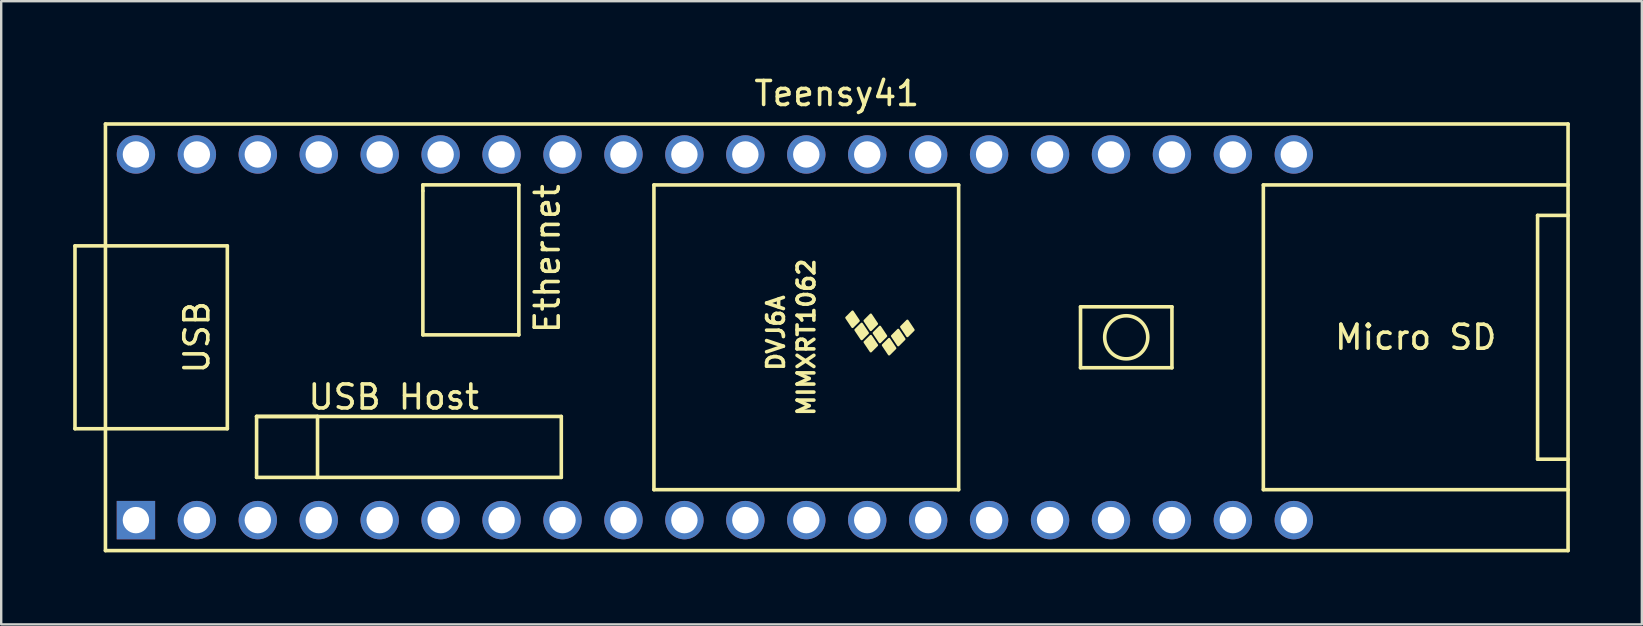
<source format=kicad_pcb>
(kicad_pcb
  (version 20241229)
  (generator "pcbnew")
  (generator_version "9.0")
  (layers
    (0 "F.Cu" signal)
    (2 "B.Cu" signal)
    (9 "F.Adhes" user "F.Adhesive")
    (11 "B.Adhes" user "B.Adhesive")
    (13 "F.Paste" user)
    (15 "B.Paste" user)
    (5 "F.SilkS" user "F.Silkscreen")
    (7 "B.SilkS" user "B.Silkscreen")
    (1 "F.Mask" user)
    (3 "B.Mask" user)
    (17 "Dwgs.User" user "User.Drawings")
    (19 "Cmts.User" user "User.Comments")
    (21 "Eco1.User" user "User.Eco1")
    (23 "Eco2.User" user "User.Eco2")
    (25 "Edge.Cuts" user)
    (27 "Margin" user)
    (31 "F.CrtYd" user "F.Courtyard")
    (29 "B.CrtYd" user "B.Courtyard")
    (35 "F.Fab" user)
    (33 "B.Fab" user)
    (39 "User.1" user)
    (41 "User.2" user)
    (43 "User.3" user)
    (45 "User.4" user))
  (footprint "Teensy41"
    (layer "F.Cu")
    (at 31.825 11.008)
    (property "Reference" "Teensy41" (at 0 -10.16 0) (layer "F.SilkS") (effects (font (size 1 1) (thickness 0.15))))
    (attr through_hole)
    (fp_line (start -31.75 -3.81) (end -30.48 -3.81) (stroke (width 0.15) (type solid)) (layer "F.SilkS"))
    (fp_line (start -31.75 3.81) (end -31.75 -3.81) (stroke (width 0.15) (type solid)) (layer "F.SilkS"))
    (fp_line (start -30.48 -8.89) (end 30.48 -8.89) (stroke (width 0.15) (type solid)) (layer "F.SilkS"))
    (fp_line (start -30.48 3.81) (end -31.75 3.81) (stroke (width 0.15) (type solid)) (layer "F.SilkS"))
    (fp_line (start -30.48 8.89) (end -30.48 -8.89) (stroke (width 0.15) (type solid)) (layer "F.SilkS"))
    (fp_line (start -25.4 -3.81) (end -30.48 -3.81) (stroke (width 0.15) (type solid)) (layer "F.SilkS"))
    (fp_line (start -25.4 3.81) (end -30.48 3.81) (stroke (width 0.15) (type solid)) (layer "F.SilkS"))
    (fp_line (start -25.4 3.81) (end -25.4 -3.81) (stroke (width 0.15) (type solid)) (layer "F.SilkS"))
    (fp_line (start -24.181 3.299) (end -21.641 3.299) (stroke (width 0.15) (type solid)) (layer "F.SilkS"))
    (fp_line (start -24.181 3.299) (end -11.481 3.299) (stroke (width 0.15) (type solid)) (layer "F.SilkS"))
    (fp_line (start -24.181 5.839) (end -24.181 3.299) (stroke (width 0.15) (type solid)) (layer "F.SilkS"))
    (fp_line (start -21.641 3.299) (end -21.641 5.839) (stroke (width 0.15) (type solid)) (layer "F.SilkS"))
    (fp_line (start -17.25 -6.352) (end -17.25 -6.102) (stroke (width 0.15) (type solid)) (layer "F.SilkS"))
    (fp_line (start -17.25 -6.102) (end -17.25 -0.102) (stroke (width 0.15) (type solid)) (layer "F.SilkS"))
    (fp_line (start -17.25 -0.102) (end -13.25 -0.102) (stroke (width 0.15) (type solid)) (layer "F.SilkS"))
    (fp_line (start -13.25 -6.352) (end -17.25 -6.352) (stroke (width 0.15) (type solid)) (layer "F.SilkS"))
    (fp_line (start -13.25 -0.102) (end -13.25 -6.352) (stroke (width 0.15) (type solid)) (layer "F.SilkS"))
    (fp_line (start -11.481 3.299) (end -11.481 5.839) (stroke (width 0.15) (type solid)) (layer "F.SilkS"))
    (fp_line (start -11.481 5.839) (end -24.181 5.839) (stroke (width 0.15) (type solid)) (layer "F.SilkS"))
    (fp_line (start -7.62 -6.35) (end -7.62 6.35) (stroke (width 0.15) (type solid)) (layer "F.SilkS"))
    (fp_line (start -7.62 6.35) (end 5.08 6.35) (stroke (width 0.15) (type solid)) (layer "F.SilkS"))
    (fp_line (start 5.08 -6.35) (end -7.62 -6.35) (stroke (width 0.15) (type solid)) (layer "F.SilkS"))
    (fp_line (start 5.08 6.35) (end 5.08 -6.35) (stroke (width 0.15) (type solid)) (layer "F.SilkS"))
    (fp_line (start 10.16 -1.27) (end 13.97 -1.27) (stroke (width 0.15) (type solid)) (layer "F.SilkS"))
    (fp_line (start 10.16 1.27) (end 10.16 -1.27) (stroke (width 0.15) (type solid)) (layer "F.SilkS"))
    (fp_line (start 13.97 -1.27) (end 13.97 1.27) (stroke (width 0.15) (type solid)) (layer "F.SilkS"))
    (fp_line (start 13.97 1.27) (end 10.16 1.27) (stroke (width 0.15) (type solid)) (layer "F.SilkS"))
    (fp_line (start 17.78 -6.35) (end 17.78 6.35) (stroke (width 0.15) (type solid)) (layer "F.SilkS"))
    (fp_line (start 17.78 6.35) (end 30.48 6.35) (stroke (width 0.15) (type solid)) (layer "F.SilkS"))
    (fp_line (start 29.21 -5.08) (end 29.21 5.08) (stroke (width 0.15) (type solid)) (layer "F.SilkS"))
    (fp_line (start 29.21 5.08) (end 30.48 5.08) (stroke (width 0.15) (type solid)) (layer "F.SilkS"))
    (fp_line (start 30.48 -8.89) (end 30.48 8.89) (stroke (width 0.15) (type solid)) (layer "F.SilkS"))
    (fp_line (start 30.48 -6.35) (end 17.78 -6.35) (stroke (width 0.15) (type solid)) (layer "F.SilkS"))
    (fp_line (start 30.48 -5.08) (end 29.21 -5.08) (stroke (width 0.15) (type solid)) (layer "F.SilkS"))
    (fp_line (start 30.48 8.89) (end -30.48 8.89) (stroke (width 0.15) (type solid)) (layer "F.SilkS"))
    (fp_circle (center 12.065 0) (end 12.7 -0.635) (stroke (width 0.15) (type solid)) (fill no) (layer "F.SilkS"))
    (fp_poly (pts (xy 0.911 -0.688) (xy 0.657 -0.434) (xy 0.403 -0.815) (xy 0.657 -1.069)) (stroke (width 0.1) (type solid)) (fill yes) (layer "F.SilkS"))
    (fp_poly (pts (xy 1.292 -0.18) (xy 1.038 0.074) (xy 0.784 -0.307) (xy 1.038 -0.561)) (stroke (width 0.1) (type solid)) (fill yes) (layer "F.SilkS"))
    (fp_poly (pts (xy 1.673 -0.561) (xy 1.419 -0.307) (xy 1.165 -0.688) (xy 1.419 -0.942)) (stroke (width 0.1) (type solid)) (fill yes) (layer "F.SilkS"))
    (fp_poly (pts (xy 1.673 0.328) (xy 1.419 0.582) (xy 1.165 0.201) (xy 1.419 -0.053)) (stroke (width 0.1) (type solid)) (fill yes) (layer "F.SilkS"))
    (fp_poly (pts (xy 2.054 -0.053) (xy 1.8 0.201) (xy 1.546 -0.18) (xy 1.8 -0.434)) (stroke (width 0.1) (type solid)) (fill yes) (layer "F.SilkS"))
    (fp_poly (pts (xy 2.435 0.455) (xy 2.181 0.709) (xy 1.927 0.328) (xy 2.181 0.074)) (stroke (width 0.1) (type solid)) (fill yes) (layer "F.SilkS"))
    (fp_poly (pts (xy 2.816 0.074) (xy 2.562 0.328) (xy 2.308 -0.053) (xy 2.562 -0.307)) (stroke (width 0.1) (type solid)) (fill yes) (layer "F.SilkS"))
    (fp_poly (pts (xy 3.197 -0.307) (xy 2.943 -0.053) (xy 2.689 -0.434) (xy 2.943 -0.688)) (stroke (width 0.1) (type solid)) (fill yes) (layer "F.SilkS"))
    (fp_text user "Micro SD" (at 24.13 0 0) (layer "F.SilkS") (effects (font (size 1 1) (thickness 0.15))))
    (fp_text user "Ethernet" (at -12.065 -3.277 90) (layer "F.SilkS") (effects (font (size 1 1) (thickness 0.15))))
    (fp_text user "DVJ6A" (at -2.54 -0.18 270) (layer "F.SilkS") (effects (font (size 0.7 0.7) (thickness 0.15))))
    (fp_text user "USB Host" (at -18.466 2.489 0) (layer "F.SilkS") (effects (font (size 1 1) (thickness 0.15))))
    (fp_text user "USB" (at -26.67 0 270) (layer "F.SilkS") (effects (font (size 1 1) (thickness 0.15))))
    (fp_text user "MIMXRT1062" (at -1.27 0 270) (layer "F.SilkS") (effects (font (size 0.7 0.7) (thickness 0.15))))
    (pad "1" thru_hole rect (at -29.21 7.62) (size 1.6 1.6) (drill 1.1) (layers "*.Cu" "*.Mask"))
    (pad "2" thru_hole circle (at -26.67 7.62) (size 1.6 1.6) (drill 1.1) (layers "*.Cu" "*.Mask"))
    (pad "3" thru_hole circle (at -24.13 7.62) (size 1.6 1.6) (drill 1.1) (layers "*.Cu" "*.Mask"))
    (pad "4" thru_hole circle (at -21.59 7.62) (size 1.6 1.6) (drill 1.1) (layers "*.Cu" "*.Mask"))
    (pad "5" thru_hole circle (at -19.05 7.62) (size 1.6 1.6) (drill 1.1) (layers "*.Cu" "*.Mask"))
    (pad "6" thru_hole circle (at -16.51 7.62) (size 1.6 1.6) (drill 1.1) (layers "*.Cu" "*.Mask"))
    (pad "7" thru_hole circle (at -13.97 7.62) (size 1.6 1.6) (drill 1.1) (layers "*.Cu" "*.Mask"))
    (pad "8" thru_hole circle (at -11.43 7.62) (size 1.6 1.6) (drill 1.1) (layers "*.Cu" "*.Mask"))
    (pad "9" thru_hole circle (at -8.89 7.62) (size 1.6 1.6) (drill 1.1) (layers "*.Cu" "*.Mask"))
    (pad "10" thru_hole circle (at -6.35 7.62) (size 1.6 1.6) (drill 1.1) (layers "*.Cu" "*.Mask"))
    (pad "11" thru_hole circle (at -3.81 7.62) (size 1.6 1.6) (drill 1.1) (layers "*.Cu" "*.Mask"))
    (pad "12" thru_hole circle (at -1.27 7.62) (size 1.6 1.6) (drill 1.1) (layers "*.Cu" "*.Mask"))
    (pad "13" thru_hole circle (at 1.27 7.62) (size 1.6 1.6) (drill 1.1) (layers "*.Cu" "*.Mask"))
    (pad "14" thru_hole circle (at 3.81 7.62) (size 1.6 1.6) (drill 1.1) (layers "*.Cu" "*.Mask"))
    (pad "15" thru_hole circle (at 6.35 7.62) (size 1.6 1.6) (drill 1.1) (layers "*.Cu" "*.Mask"))
    (pad "16" thru_hole circle (at 8.89 7.62) (size 1.6 1.6) (drill 1.1) (layers "*.Cu" "*.Mask"))
    (pad "17" thru_hole circle (at 11.43 7.62) (size 1.6 1.6) (drill 1.1) (layers "*.Cu" "*.Mask"))
    (pad "18" thru_hole circle (at 13.97 7.62) (size 1.6 1.6) (drill 1.1) (layers "*.Cu" "*.Mask"))
    (pad "19" thru_hole circle (at 16.51 7.62) (size 1.6 1.6) (drill 1.1) (layers "*.Cu" "*.Mask"))
    (pad "20" thru_hole circle (at 19.05 7.62) (size 1.6 1.6) (drill 1.1) (layers "*.Cu" "*.Mask"))
    (pad "29" thru_hole circle (at 19.05 -7.62) (size 1.6 1.6) (drill 1.1) (layers "*.Cu" "*.Mask"))
    (pad "30" thru_hole circle (at 16.51 -7.62) (size 1.6 1.6) (drill 1.1) (layers "*.Cu" "*.Mask"))
    (pad "31" thru_hole circle (at 13.97 -7.62) (size 1.6 1.6) (drill 1.1) (layers "*.Cu" "*.Mask"))
    (pad "32" thru_hole circle (at 11.43 -7.62) (size 1.6 1.6) (drill 1.1) (layers "*.Cu" "*.Mask"))
    (pad "33" thru_hole circle (at 8.89 -7.62) (size 1.6 1.6) (drill 1.1) (layers "*.Cu" "*.Mask"))
    (pad "34" thru_hole circle (at 6.35 -7.62) (size 1.6 1.6) (drill 1.1) (layers "*.Cu" "*.Mask"))
    (pad "35" thru_hole circle (at 3.81 -7.62) (size 1.6 1.6) (drill 1.1) (layers "*.Cu" "*.Mask"))
    (pad "36" thru_hole circle (at 1.27 -7.62) (size 1.6 1.6) (drill 1.1) (layers "*.Cu" "*.Mask"))
    (pad "37" thru_hole circle (at -1.27 -7.62) (size 1.6 1.6) (drill 1.1) (layers "*.Cu" "*.Mask"))
    (pad "38" thru_hole circle (at -3.81 -7.62) (size 1.6 1.6) (drill 1.1) (layers "*.Cu" "*.Mask"))
    (pad "39" thru_hole circle (at -6.35 -7.62) (size 1.6 1.6) (drill 1.1) (layers "*.Cu" "*.Mask"))
    (pad "40" thru_hole circle (at -8.89 -7.62) (size 1.6 1.6) (drill 1.1) (layers "*.Cu" "*.Mask"))
    (pad "41" thru_hole circle (at -11.43 -7.62) (size 1.6 1.6) (drill 1.1) (layers "*.Cu" "*.Mask"))
    (pad "42" thru_hole circle (at -13.97 -7.62) (size 1.6 1.6) (drill 1.1) (layers "*.Cu" "*.Mask"))
    (pad "43" thru_hole circle (at -16.51 -7.62) (size 1.6 1.6) (drill 1.1) (layers "*.Cu" "*.Mask"))
    (pad "44" thru_hole circle (at -19.05 -7.62) (size 1.6 1.6) (drill 1.1) (layers "*.Cu" "*.Mask"))
    (pad "45" thru_hole circle (at -21.59 -7.62) (size 1.6 1.6) (drill 1.1) (layers "*.Cu" "*.Mask"))
    (pad "46" thru_hole circle (at -24.13 -7.62) (size 1.6 1.6) (drill 1.1) (layers "*.Cu" "*.Mask"))
    (pad "47" thru_hole circle (at -26.67 -7.62) (size 1.6 1.6) (drill 1.1) (layers "*.Cu" "*.Mask"))
    (pad "48" thru_hole circle (at -29.21 -7.62) (size 1.6 1.6) (drill 1.1) (layers "*.Cu" "*.Mask")))
  (gr_rect
    (start -3 -3)
    (end 65.38 22.973)
    (stroke (width 0.1) (type default))
    (fill no)
    (layer "Edge.Cuts")))
</source>
